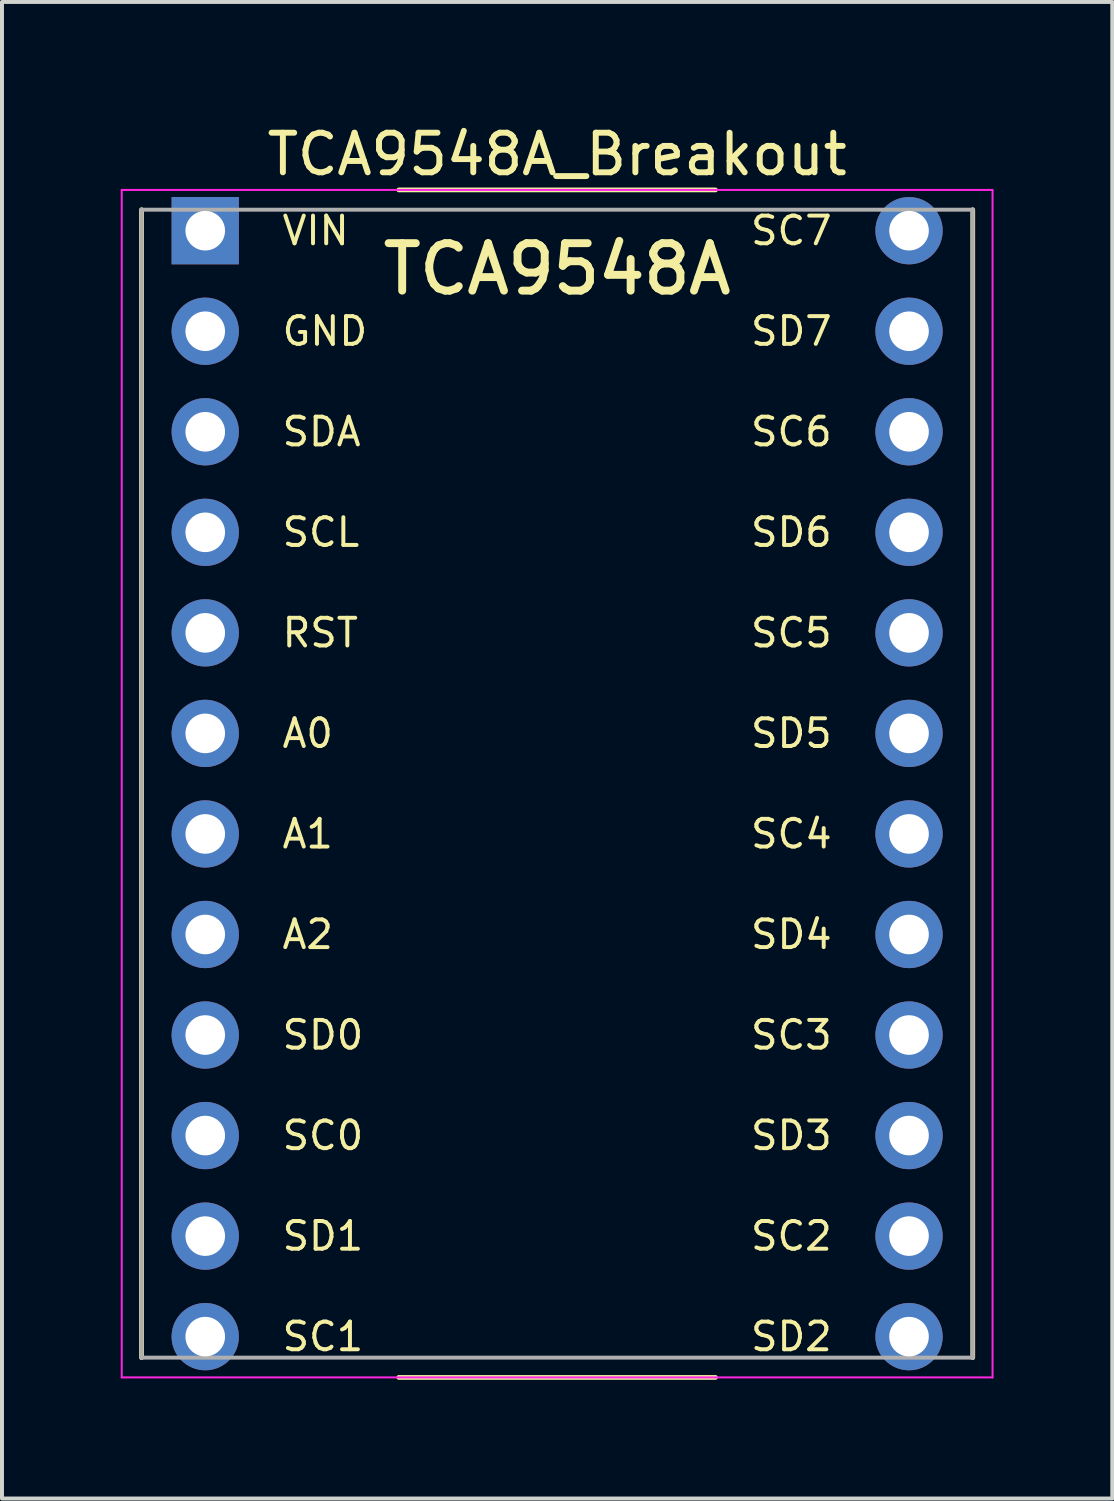
<source format=kicad_pcb>
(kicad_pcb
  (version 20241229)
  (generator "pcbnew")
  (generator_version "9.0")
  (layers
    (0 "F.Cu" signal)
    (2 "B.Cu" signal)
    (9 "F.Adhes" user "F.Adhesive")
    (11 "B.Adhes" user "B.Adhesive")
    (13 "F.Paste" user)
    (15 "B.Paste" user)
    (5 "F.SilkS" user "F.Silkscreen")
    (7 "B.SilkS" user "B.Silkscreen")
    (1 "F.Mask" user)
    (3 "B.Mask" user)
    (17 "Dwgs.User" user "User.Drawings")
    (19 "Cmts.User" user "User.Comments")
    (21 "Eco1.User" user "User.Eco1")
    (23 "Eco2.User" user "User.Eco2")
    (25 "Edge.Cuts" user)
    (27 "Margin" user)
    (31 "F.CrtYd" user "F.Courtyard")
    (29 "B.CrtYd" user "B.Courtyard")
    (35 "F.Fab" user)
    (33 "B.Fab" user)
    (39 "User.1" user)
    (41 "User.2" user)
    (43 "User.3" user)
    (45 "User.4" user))
  (footprint "TCA9548A_Breakout"
    (layer "F.Cu")
    (at 11.025 16.748)
    (property "Reference" "TCA9548A_Breakout" (at 0 -15.9 0) (layer "F.SilkS") (effects (font (size 1 1) (thickness 0.15))))
    (attr through_hole)
    (fp_line (start -10.5 -14.5) (end -10.5 14.5) (stroke (width 0.12) (type solid)) (layer "F.SilkS"))
    (fp_line (start -4 -15) (end 4 -15) (stroke (width 0.12) (type solid)) (layer "F.SilkS"))
    (fp_line (start -4 15) (end 4 15) (stroke (width 0.12) (type solid)) (layer "F.SilkS"))
    (fp_line (start 10.5 14.5) (end 10.5 -14.5) (stroke (width 0.12) (type solid)) (layer "F.SilkS"))
    (fp_line (start -11 -15) (end -11 15) (stroke (width 0.05) (type solid)) (layer "F.CrtYd"))
    (fp_line (start -11 -15) (end 11 -15) (stroke (width 0.05) (type solid)) (layer "F.CrtYd"))
    (fp_line (start -11 15) (end 11 15) (stroke (width 0.05) (type solid)) (layer "F.CrtYd"))
    (fp_line (start 11 15) (end 11 -15) (stroke (width 0.05) (type solid)) (layer "F.CrtYd"))
    (fp_line (start -10.5 -14.5) (end -10.5 14.5) (stroke (width 0.1) (type solid)) (layer "F.Fab"))
    (fp_line (start -10.5 -14.5) (end 10.5 -14.5) (stroke (width 0.1) (type solid)) (layer "F.Fab"))
    (fp_line (start -10.5 14.5) (end 10.5 14.5) (stroke (width 0.1) (type solid)) (layer "F.Fab"))
    (fp_line (start 10.5 14.5) (end 10.5 -14.5) (stroke (width 0.1) (type solid)) (layer "F.Fab"))
    (fp_text user "A0" (at -7 -1.27 0) (layer "F.SilkS") (effects (font (size 0.7 0.7) (thickness 0.1)) (justify left)))
    (fp_text user "GND" (at -7 -11.43 0) (layer "F.SilkS") (effects (font (size 0.7 0.7) (thickness 0.1)) (justify left)))
    (fp_text user "SC5" (at 7 -3.81 0) (layer "F.SilkS") (effects (font (size 0.7 0.7) (thickness 0.1)) (justify right)))
    (fp_text user "A1" (at -7 1.27 0) (layer "F.SilkS") (effects (font (size 0.7 0.7) (thickness 0.1)) (justify left)))
    (fp_text user "SC4" (at 7 1.27 0) (layer "F.SilkS") (effects (font (size 0.7 0.7) (thickness 0.1)) (justify right)))
    (fp_text user "SC3" (at 7 6.35 0) (layer "F.SilkS") (effects (font (size 0.7 0.7) (thickness 0.1)) (justify right)))
    (fp_text user "RST" (at -7 -3.81 0) (layer "F.SilkS") (effects (font (size 0.7 0.7) (thickness 0.1)) (justify left)))
    (fp_text user "SDA" (at -7 -8.89 0) (layer "F.SilkS") (effects (font (size 0.7 0.7) (thickness 0.1)) (justify left)))
    (fp_text user "SCL" (at -7 -6.35 0) (layer "F.SilkS") (effects (font (size 0.7 0.7) (thickness 0.1)) (justify left)))
    (fp_text user "SD2" (at 7 13.97 0) (layer "F.SilkS") (effects (font (size 0.7 0.7) (thickness 0.1)) (justify right)))
    (fp_text user "VIN" (at -7 -13.97 0) (layer "F.SilkS") (effects (font (size 0.7 0.7) (thickness 0.1)) (justify left)))
    (fp_text user "SD3" (at 7 8.89 0) (layer "F.SilkS") (effects (font (size 0.7 0.7) (thickness 0.1)) (justify right)))
    (fp_text user "SD5" (at 7 -1.27 0) (layer "F.SilkS") (effects (font (size 0.7 0.7) (thickness 0.1)) (justify right)))
    (fp_text user "SC1" (at -7 13.97 0) (layer "F.SilkS") (effects (font (size 0.7 0.7) (thickness 0.1)) (justify left)))
    (fp_text user "TCA9548A" (at 0 -13 0) (layer "F.SilkS") (effects (font (size 1.2 1.2) (thickness 0.2))))
    (fp_text user "SD1" (at -7 11.43 0) (layer "F.SilkS") (effects (font (size 0.7 0.7) (thickness 0.1)) (justify left)))
    (fp_text user "A2" (at -7 3.81 0) (layer "F.SilkS") (effects (font (size 0.7 0.7) (thickness 0.1)) (justify left)))
    (fp_text user "SD0" (at -7 6.35 0) (layer "F.SilkS") (effects (font (size 0.7 0.7) (thickness 0.1)) (justify left)))
    (fp_text user "SD6" (at 7 -6.35 0) (layer "F.SilkS") (effects (font (size 0.7 0.7) (thickness 0.1)) (justify right)))
    (fp_text user "SC2" (at 7 11.43 0) (layer "F.SilkS") (effects (font (size 0.7 0.7) (thickness 0.1)) (justify right)))
    (fp_text user "SC7" (at 7 -13.97 0) (layer "F.SilkS") (effects (font (size 0.7 0.7) (thickness 0.1)) (justify right)))
    (fp_text user "SC0" (at -7 8.89 0) (layer "F.SilkS") (effects (font (size 0.7 0.7) (thickness 0.1)) (justify left)))
    (fp_text user "SC6" (at 7 -8.89 0) (layer "F.SilkS") (effects (font (size 0.7 0.7) (thickness 0.1)) (justify right)))
    (fp_text user "SD4" (at 7 3.81 0) (layer "F.SilkS") (effects (font (size 0.7 0.7) (thickness 0.1)) (justify right)))
    (fp_text user "SD7" (at 7 -11.43 0) (layer "F.SilkS") (effects (font (size 0.7 0.7) (thickness 0.1)) (justify right)))
    (pad "1" thru_hole rect (at -8.89 -13.97) (size 1.7 1.7) (drill 1) (layers "*.Cu" "*.Mask"))
    (pad "2" thru_hole circle (at -8.89 -11.43) (size 1.7 1.7) (drill 1) (layers "*.Cu" "*.Mask"))
    (pad "3" thru_hole circle (at -8.89 -8.89) (size 1.7 1.7) (drill 1) (layers "*.Cu" "*.Mask"))
    (pad "4" thru_hole circle (at -8.89 -6.35) (size 1.7 1.7) (drill 1) (layers "*.Cu" "*.Mask"))
    (pad "5" thru_hole circle (at -8.89 -3.81) (size 1.7 1.7) (drill 1) (layers "*.Cu" "*.Mask"))
    (pad "6" thru_hole circle (at -8.89 -1.27) (size 1.7 1.7) (drill 1) (layers "*.Cu" "*.Mask"))
    (pad "7" thru_hole circle (at -8.89 1.27) (size 1.7 1.7) (drill 1) (layers "*.Cu" "*.Mask"))
    (pad "8" thru_hole circle (at -8.89 3.81) (size 1.7 1.7) (drill 1) (layers "*.Cu" "*.Mask"))
    (pad "9" thru_hole circle (at -8.89 6.35) (size 1.7 1.7) (drill 1) (layers "*.Cu" "*.Mask"))
    (pad "10" thru_hole circle (at -8.89 8.89) (size 1.7 1.7) (drill 1) (layers "*.Cu" "*.Mask"))
    (pad "11" thru_hole circle (at -8.89 11.43) (size 1.7 1.7) (drill 1) (layers "*.Cu" "*.Mask"))
    (pad "12" thru_hole circle (at -8.89 13.97) (size 1.7 1.7) (drill 1) (layers "*.Cu" "*.Mask"))
    (pad "13" thru_hole circle (at 8.89 13.97) (size 1.7 1.7) (drill 1) (layers "*.Cu" "*.Mask"))
    (pad "14" thru_hole circle (at 8.89 11.43) (size 1.7 1.7) (drill 1) (layers "*.Cu" "*.Mask"))
    (pad "15" thru_hole circle (at 8.89 8.89) (size 1.7 1.7) (drill 1) (layers "*.Cu" "*.Mask"))
    (pad "16" thru_hole circle (at 8.89 6.35) (size 1.7 1.7) (drill 1) (layers "*.Cu" "*.Mask"))
    (pad "17" thru_hole circle (at 8.89 3.81) (size 1.7 1.7) (drill 1) (layers "*.Cu" "*.Mask"))
    (pad "18" thru_hole circle (at 8.89 1.27) (size 1.7 1.7) (drill 1) (layers "*.Cu" "*.Mask"))
    (pad "19" thru_hole circle (at 8.89 -1.27) (size 1.7 1.7) (drill 1) (layers "*.Cu" "*.Mask"))
    (pad "20" thru_hole circle (at 8.89 -3.81) (size 1.7 1.7) (drill 1) (layers "*.Cu" "*.Mask"))
    (pad "21" thru_hole circle (at 8.89 -6.35) (size 1.7 1.7) (drill 1) (layers "*.Cu" "*.Mask"))
    (pad "22" thru_hole circle (at 8.89 -8.89) (size 1.7 1.7) (drill 1) (layers "*.Cu" "*.Mask"))
    (pad "23" thru_hole circle (at 8.89 -11.43) (size 1.7 1.7) (drill 1) (layers "*.Cu" "*.Mask"))
    (pad "24" thru_hole circle (at 8.89 -13.97) (size 1.7 1.7) (drill 1) (layers "*.Cu" "*.Mask")))
  (gr_rect
    (start -3 -3)
    (end 25.05 34.808)
    (stroke (width 0.1) (type default))
    (fill no)
    (layer "Edge.Cuts")))
</source>
